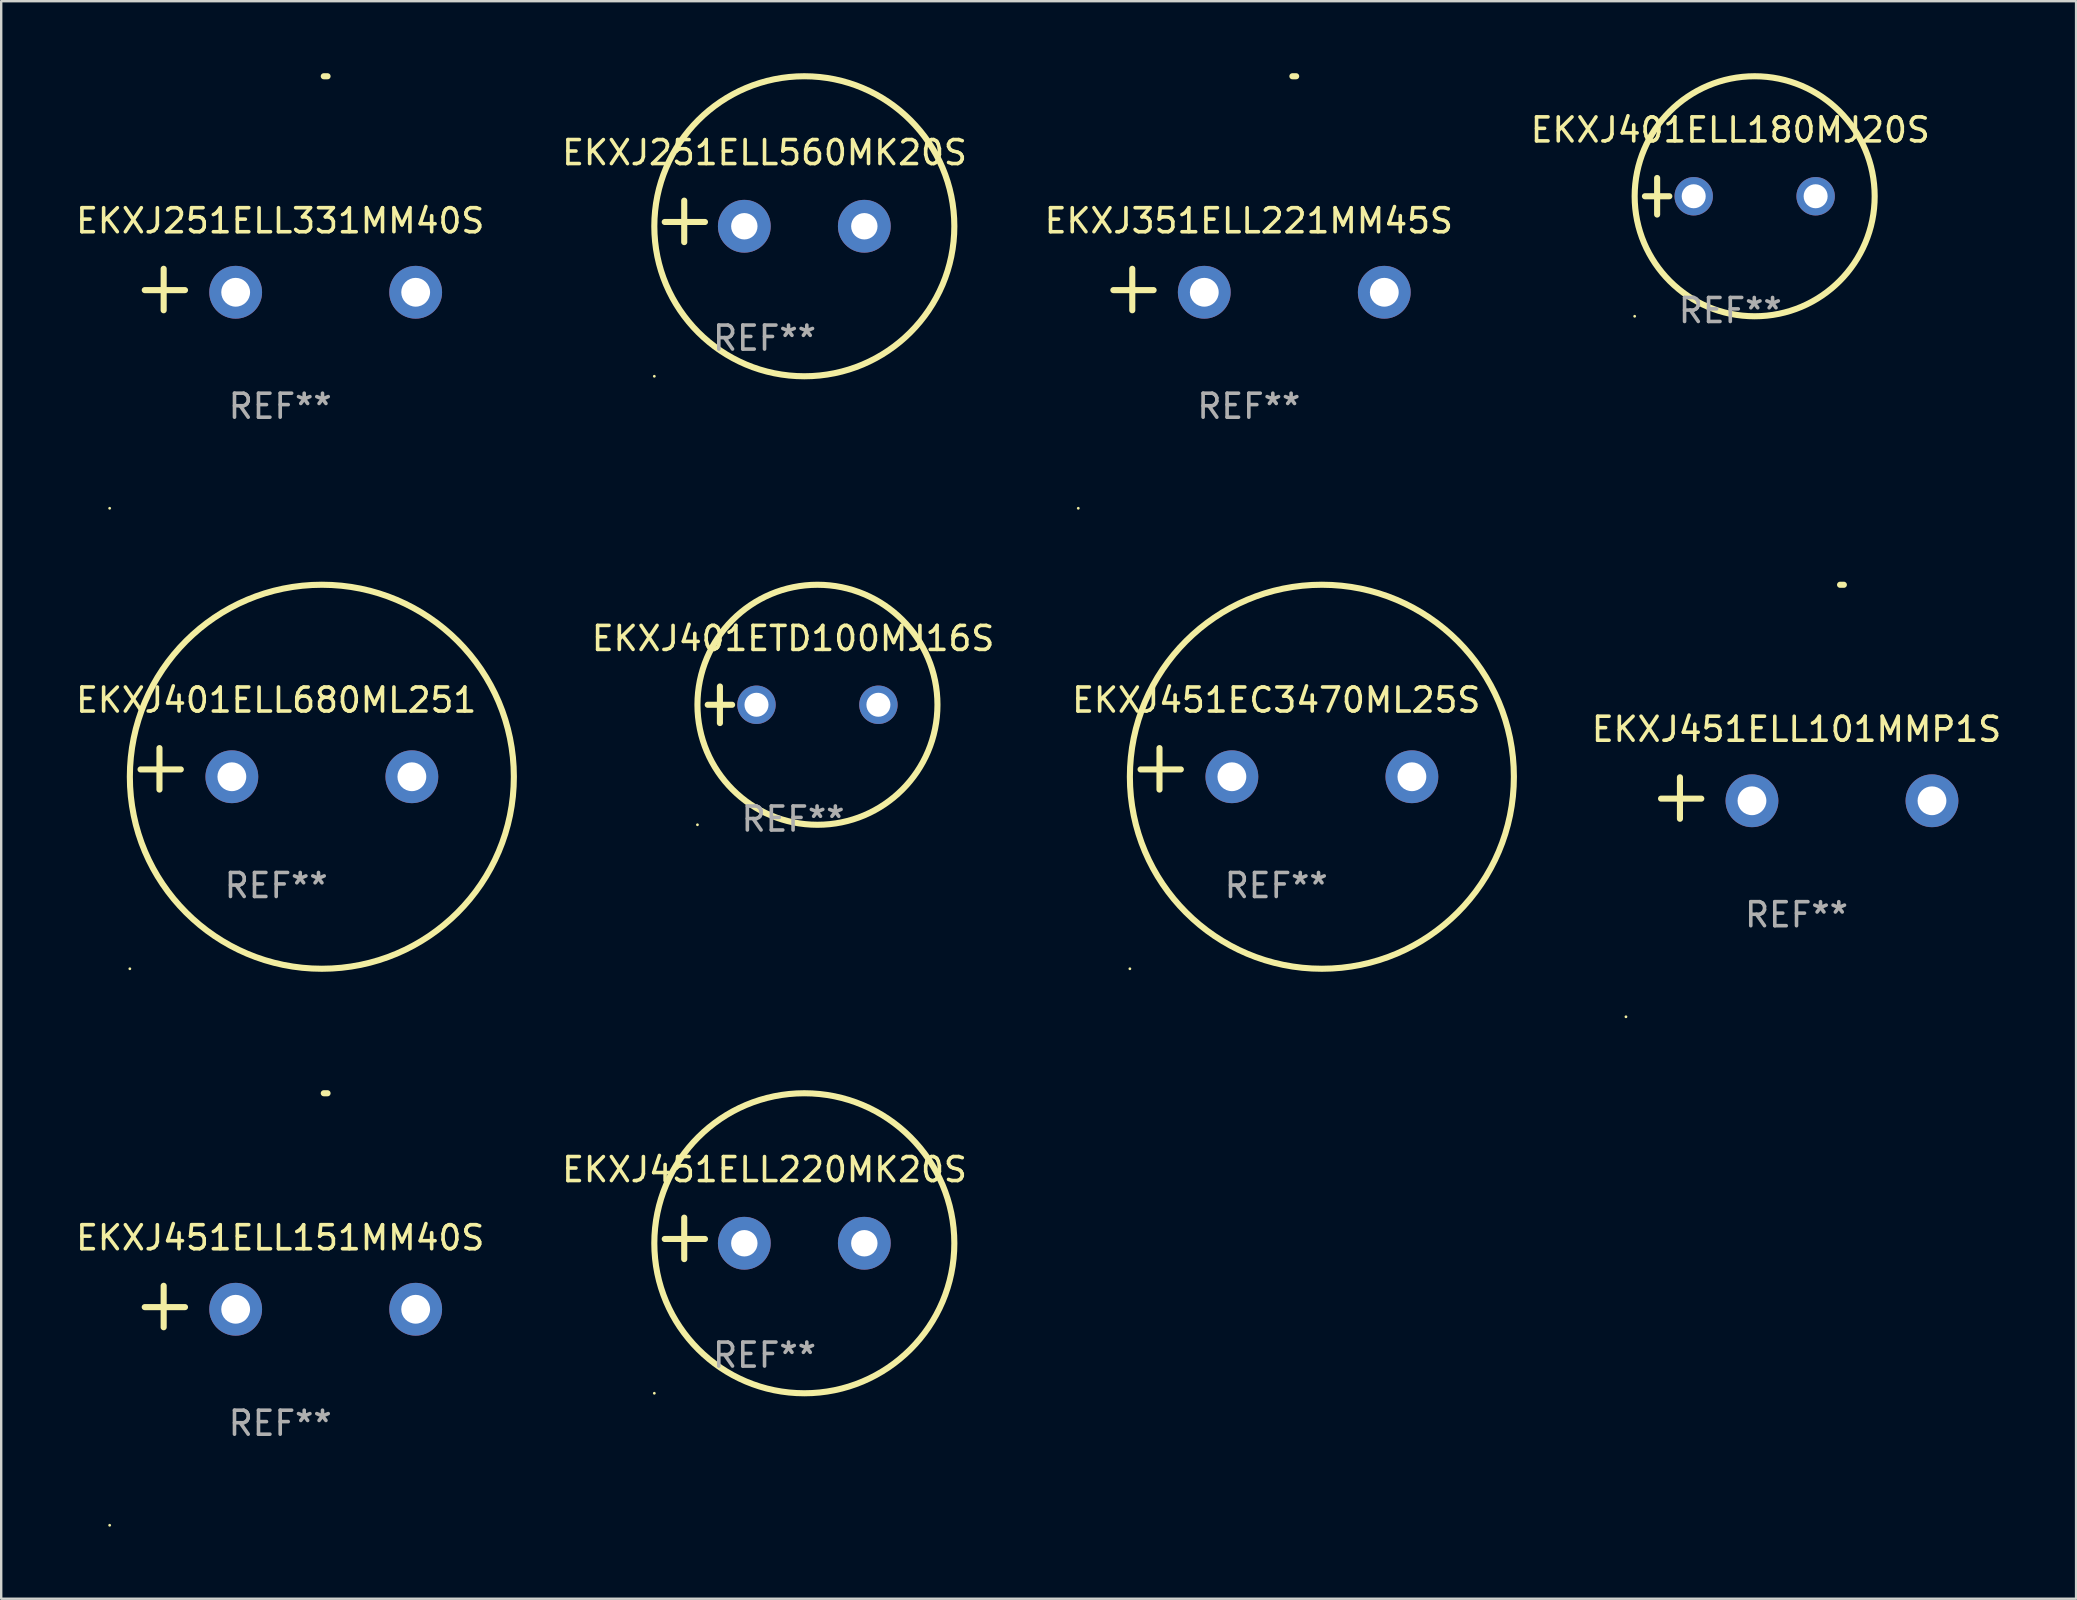
<source format=kicad_pcb>
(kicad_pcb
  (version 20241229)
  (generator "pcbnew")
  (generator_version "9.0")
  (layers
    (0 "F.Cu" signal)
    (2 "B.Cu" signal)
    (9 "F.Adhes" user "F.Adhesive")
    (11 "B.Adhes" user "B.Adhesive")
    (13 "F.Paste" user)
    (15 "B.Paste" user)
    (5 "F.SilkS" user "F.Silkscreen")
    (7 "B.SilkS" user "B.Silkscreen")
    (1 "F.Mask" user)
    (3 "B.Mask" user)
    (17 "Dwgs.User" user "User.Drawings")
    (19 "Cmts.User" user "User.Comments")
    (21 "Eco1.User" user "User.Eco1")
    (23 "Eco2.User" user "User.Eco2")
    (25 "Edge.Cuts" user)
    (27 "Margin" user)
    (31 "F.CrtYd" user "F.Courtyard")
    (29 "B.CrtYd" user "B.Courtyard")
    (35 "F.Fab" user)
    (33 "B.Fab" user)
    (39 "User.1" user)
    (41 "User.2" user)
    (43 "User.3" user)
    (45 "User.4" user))
  (footprint "EKXJ451ELL101MMP1S"
    (layer "F.Cu")
    (at 71.801 30.2)
    (property "Reference" "EKXJ451ELL101MMP1S" (at 0 -2.864 0) (layer "F.SilkS") (effects (font (size 1 1) (thickness 0.15))))
    (attr through_hole)
    (fp_line (start -4.856 0.864) (end -4.856 -0.864) (stroke (width 0.254) (type solid)) (layer "F.SilkS"))
    (fp_line (start -3.967 0.025) (end -5.644 0.025) (stroke (width 0.254) (type solid)) (layer "F.SilkS"))
    (fp_arc (start 1.815024 -8.885649) (mid 1.893764 -8.88599) (end 1.972504 -8.885649) (stroke (width 0.254001) (type solid)) (layer "F.SilkS"))
    (fp_circle (center -7.106 9.114) (end -7.076 9.114) (stroke (width 0.06) (type solid)) (fill no) (layer "F.SilkS"))
    (fp_text user "REF**" (at 0 4.864 0) (layer "F.Fab") (effects (font (size 1 1) (thickness 0.15))))
    (pad "1" thru_hole circle (at -1.856 0.114) (size 2.2 2.2) (drill 1.2) (layers "*.Cu" "*.Mask"))
    (pad "2" thru_hole circle (at 5.644 0.114) (size 2.2 2.2) (drill 1.2) (layers "*.Cu" "*.Mask")))
  (footprint "EKXJ401ETD100MJ16S"
    (layer "F.Cu")
    (at 29.993 26.314)
    (property "Reference" "EKXJ401ETD100MJ16S" (at 0 -2.762 0) (layer "F.SilkS") (effects (font (size 1 1) (thickness 0.15))))
    (attr through_hole)
    (fp_line (start -3.556 0) (end -2.54 0) (stroke (width 0.254) (type solid)) (layer "F.SilkS"))
    (fp_line (start -3.048 -0.762) (end -3.048 0.762) (stroke (width 0.254) (type solid)) (layer "F.SilkS"))
    (fp_circle (center -3.984 5) (end -3.954 5) (stroke (width 0.06) (type solid)) (fill no) (layer "F.SilkS"))
    (fp_circle (center 1.016 0) (end 6.016 0) (stroke (width 0.254) (type solid)) (fill no) (layer "F.SilkS"))
    (fp_text user "REF**" (at 0 4.762 0) (layer "F.Fab") (effects (font (size 1 1) (thickness 0.15))))
    (pad "1" thru_hole circle (at -1.524 0) (size 1.6 1.6) (drill 1) (layers "*.Cu" "*.Mask"))
    (pad "2" thru_hole circle (at 3.556 0) (size 1.6 1.6) (drill 1) (layers "*.Cu" "*.Mask")))
  (footprint "EKXJ351ELL221MM45S"
    (layer "F.Cu")
    (at 48.982 9.013)
    (property "Reference" "EKXJ351ELL221MM45S" (at 0 -2.864 0) (layer "F.SilkS") (effects (font (size 1 1) (thickness 0.15))))
    (attr through_hole)
    (fp_line (start -4.856 0.864) (end -4.856 -0.864) (stroke (width 0.254) (type solid)) (layer "F.SilkS"))
    (fp_line (start -3.967 0.025) (end -5.644 0.025) (stroke (width 0.254) (type solid)) (layer "F.SilkS"))
    (fp_arc (start 1.815024 -8.885649) (mid 1.893764 -8.88599) (end 1.972504 -8.885649) (stroke (width 0.254001) (type solid)) (layer "F.SilkS"))
    (fp_circle (center -7.106 9.114) (end -7.076 9.114) (stroke (width 0.06) (type solid)) (fill no) (layer "F.SilkS"))
    (fp_text user "REF**" (at 0 4.864 0) (layer "F.Fab") (effects (font (size 1 1) (thickness 0.15))))
    (pad "1" thru_hole circle (at -1.856 0.114) (size 2.2 2.2) (drill 1.2) (layers "*.Cu" "*.Mask"))
    (pad "2" thru_hole circle (at 5.644 0.114) (size 2.2 2.2) (drill 1.2) (layers "*.Cu" "*.Mask")))
  (footprint "EKXJ251ELL560MK20S"
    (layer "F.Cu")
    (at 28.804 6.174)
    (property "Reference" "EKXJ251ELL560MK20S" (at 0 -2.864 0) (layer "F.SilkS") (effects (font (size 1 1) (thickness 0.15))))
    (attr through_hole)
    (fp_line (start -3.346 0.864) (end -3.346 -0.864) (stroke (width 0.254) (type solid)) (layer "F.SilkS"))
    (fp_line (start -2.482 0.025) (end -4.158 0.025) (stroke (width 0.254) (type solid)) (layer "F.SilkS"))
    (fp_circle (center -4.592 6.453) (end -4.562 6.453) (stroke (width 0.06) (type solid)) (fill no) (layer "F.SilkS"))
    (fp_circle (center 1.658 0.203) (end 7.908 0.203) (stroke (width 0.254) (type solid)) (fill no) (layer "F.SilkS"))
    (fp_text user "REF**" (at 0 4.864 0) (layer "F.Fab") (effects (font (size 1 1) (thickness 0.15))))
    (pad "1" thru_hole circle (at -0.842 0.203) (size 2.2 2.2) (drill 1.1) (layers "*.Cu" "*.Mask"))
    (pad "2" thru_hole circle (at 4.158 0.203) (size 2.2 2.2) (drill 1.1) (layers "*.Cu" "*.Mask")))
  (footprint "EKXJ451ELL220MK20S"
    (layer "F.Cu")
    (at 28.804 48.547)
    (property "Reference" "EKXJ451ELL220MK20S" (at 0 -2.864 0) (layer "F.SilkS") (effects (font (size 1 1) (thickness 0.15))))
    (attr through_hole)
    (fp_line (start -3.346 0.864) (end -3.346 -0.864) (stroke (width 0.254) (type solid)) (layer "F.SilkS"))
    (fp_line (start -2.482 0.025) (end -4.158 0.025) (stroke (width 0.254) (type solid)) (layer "F.SilkS"))
    (fp_circle (center -4.592 6.453) (end -4.562 6.453) (stroke (width 0.06) (type solid)) (fill no) (layer "F.SilkS"))
    (fp_circle (center 1.658 0.203) (end 7.908 0.203) (stroke (width 0.254) (type solid)) (fill no) (layer "F.SilkS"))
    (fp_text user "REF**" (at 0 4.864 0) (layer "F.Fab") (effects (font (size 1 1) (thickness 0.15))))
    (pad "1" thru_hole circle (at -0.842 0.203) (size 2.2 2.2) (drill 1.1) (layers "*.Cu" "*.Mask"))
    (pad "2" thru_hole circle (at 4.158 0.203) (size 2.2 2.2) (drill 1.1) (layers "*.Cu" "*.Mask")))
  (footprint "EKXJ401ELL680ML251"
    (layer "F.Cu")
    (at 8.458 28.983)
    (property "Reference" "EKXJ401ELL680ML251" (at 0 -2.864 0) (layer "F.SilkS") (effects (font (size 1 1) (thickness 0.15))))
    (attr through_hole)
    (fp_line (start -4.864 0.864) (end -4.864 -0.864) (stroke (width 0.254) (type solid)) (layer "F.SilkS"))
    (fp_line (start -3.975 0.025) (end -5.652 0.025) (stroke (width 0.254) (type solid)) (layer "F.SilkS"))
    (fp_circle (center -6.098 8.33) (end -6.068 8.33) (stroke (width 0.06) (type solid)) (fill no) (layer "F.SilkS"))
    (fp_circle (center 1.902 0.33) (end 9.902 0.33) (stroke (width 0.254) (type solid)) (fill no) (layer "F.SilkS"))
    (fp_text user "REF**" (at 0 4.864 0) (layer "F.Fab") (effects (font (size 1 1) (thickness 0.15))))
    (pad "1" thru_hole circle (at -1.848 0.33) (size 2.2 2.2) (drill 1.2) (layers "*.Cu" "*.Mask"))
    (pad "2" thru_hole circle (at 5.652 0.33) (size 2.2 2.2) (drill 1.2) (layers "*.Cu" "*.Mask")))
  (footprint "EKXJ401ELL180MJ20S"
    (layer "F.Cu")
    (at 69.042 5.127)
    (property "Reference" "EKXJ401ELL180MJ20S" (at 0 -2.762 0) (layer "F.SilkS") (effects (font (size 1 1) (thickness 0.15))))
    (attr through_hole)
    (fp_line (start -3.556 0) (end -2.54 0) (stroke (width 0.254) (type solid)) (layer "F.SilkS"))
    (fp_line (start -3.048 -0.762) (end -3.048 0.762) (stroke (width 0.254) (type solid)) (layer "F.SilkS"))
    (fp_circle (center -3.984 5) (end -3.954 5) (stroke (width 0.06) (type solid)) (fill no) (layer "F.SilkS"))
    (fp_circle (center 1.016 0) (end 6.016 0) (stroke (width 0.254) (type solid)) (fill no) (layer "F.SilkS"))
    (fp_text user "REF**" (at 0 4.762 0) (layer "F.Fab") (effects (font (size 1 1) (thickness 0.15))))
    (pad "1" thru_hole circle (at -1.524 0) (size 1.6 1.6) (drill 1) (layers "*.Cu" "*.Mask"))
    (pad "2" thru_hole circle (at 3.556 0) (size 1.6 1.6) (drill 1) (layers "*.Cu" "*.Mask")))
  (footprint "EKXJ251ELL331MM40S"
    (layer "F.Cu")
    (at 8.625 9.013)
    (property "Reference" "EKXJ251ELL331MM40S" (at 0 -2.864 0) (layer "F.SilkS") (effects (font (size 1 1) (thickness 0.15))))
    (attr through_hole)
    (fp_line (start -4.856 0.864) (end -4.856 -0.864) (stroke (width 0.254) (type solid)) (layer "F.SilkS"))
    (fp_line (start -3.967 0.025) (end -5.644 0.025) (stroke (width 0.254) (type solid)) (layer "F.SilkS"))
    (fp_arc (start 1.815024 -8.885649) (mid 1.893764 -8.88599) (end 1.972504 -8.885649) (stroke (width 0.254001) (type solid)) (layer "F.SilkS"))
    (fp_circle (center -7.106 9.114) (end -7.076 9.114) (stroke (width 0.06) (type solid)) (fill no) (layer "F.SilkS"))
    (fp_text user "REF**" (at 0 4.864 0) (layer "F.Fab") (effects (font (size 1 1) (thickness 0.15))))
    (pad "1" thru_hole circle (at -1.856 0.114) (size 2.2 2.2) (drill 1.2) (layers "*.Cu" "*.Mask"))
    (pad "2" thru_hole circle (at 5.644 0.114) (size 2.2 2.2) (drill 1.2) (layers "*.Cu" "*.Mask")))
  (footprint "EKXJ451EC3470ML25S"
    (layer "F.Cu")
    (at 50.124 28.983)
    (property "Reference" "EKXJ451EC3470ML25S" (at 0 -2.864 0) (layer "F.SilkS") (effects (font (size 1 1) (thickness 0.15))))
    (attr through_hole)
    (fp_line (start -4.864 0.864) (end -4.864 -0.864) (stroke (width 0.254) (type solid)) (layer "F.SilkS"))
    (fp_line (start -3.975 0.025) (end -5.652 0.025) (stroke (width 0.254) (type solid)) (layer "F.SilkS"))
    (fp_circle (center -6.098 8.33) (end -6.068 8.33) (stroke (width 0.06) (type solid)) (fill no) (layer "F.SilkS"))
    (fp_circle (center 1.902 0.33) (end 9.902 0.33) (stroke (width 0.254) (type solid)) (fill no) (layer "F.SilkS"))
    (fp_text user "REF**" (at 0 4.864 0) (layer "F.Fab") (effects (font (size 1 1) (thickness 0.15))))
    (pad "1" thru_hole circle (at -1.848 0.33) (size 2.2 2.2) (drill 1.2) (layers "*.Cu" "*.Mask"))
    (pad "2" thru_hole circle (at 5.652 0.33) (size 2.2 2.2) (drill 1.2) (layers "*.Cu" "*.Mask")))
  (footprint "EKXJ451ELL151MM40S"
    (layer "F.Cu")
    (at 8.625 51.386)
    (property "Reference" "EKXJ451ELL151MM40S" (at 0 -2.864 0) (layer "F.SilkS") (effects (font (size 1 1) (thickness 0.15))))
    (attr through_hole)
    (fp_line (start -4.856 0.864) (end -4.856 -0.864) (stroke (width 0.254) (type solid)) (layer "F.SilkS"))
    (fp_line (start -3.967 0.025) (end -5.644 0.025) (stroke (width 0.254) (type solid)) (layer "F.SilkS"))
    (fp_arc (start 1.815024 -8.885649) (mid 1.893764 -8.88599) (end 1.972504 -8.885649) (stroke (width 0.254001) (type solid)) (layer "F.SilkS"))
    (fp_circle (center -7.106 9.114) (end -7.076 9.114) (stroke (width 0.06) (type solid)) (fill no) (layer "F.SilkS"))
    (fp_text user "REF**" (at 0 4.864 0) (layer "F.Fab") (effects (font (size 1 1) (thickness 0.15))))
    (pad "1" thru_hole circle (at -1.856 0.114) (size 2.2 2.2) (drill 1.2) (layers "*.Cu" "*.Mask"))
    (pad "2" thru_hole circle (at 5.644 0.114) (size 2.2 2.2) (drill 1.2) (layers "*.Cu" "*.Mask")))
  (gr_rect
    (start -3 -3)
    (end 83.45 63.56)
    (stroke (width 0.1) (type default))
    (fill no)
    (layer "Edge.Cuts")))
</source>
